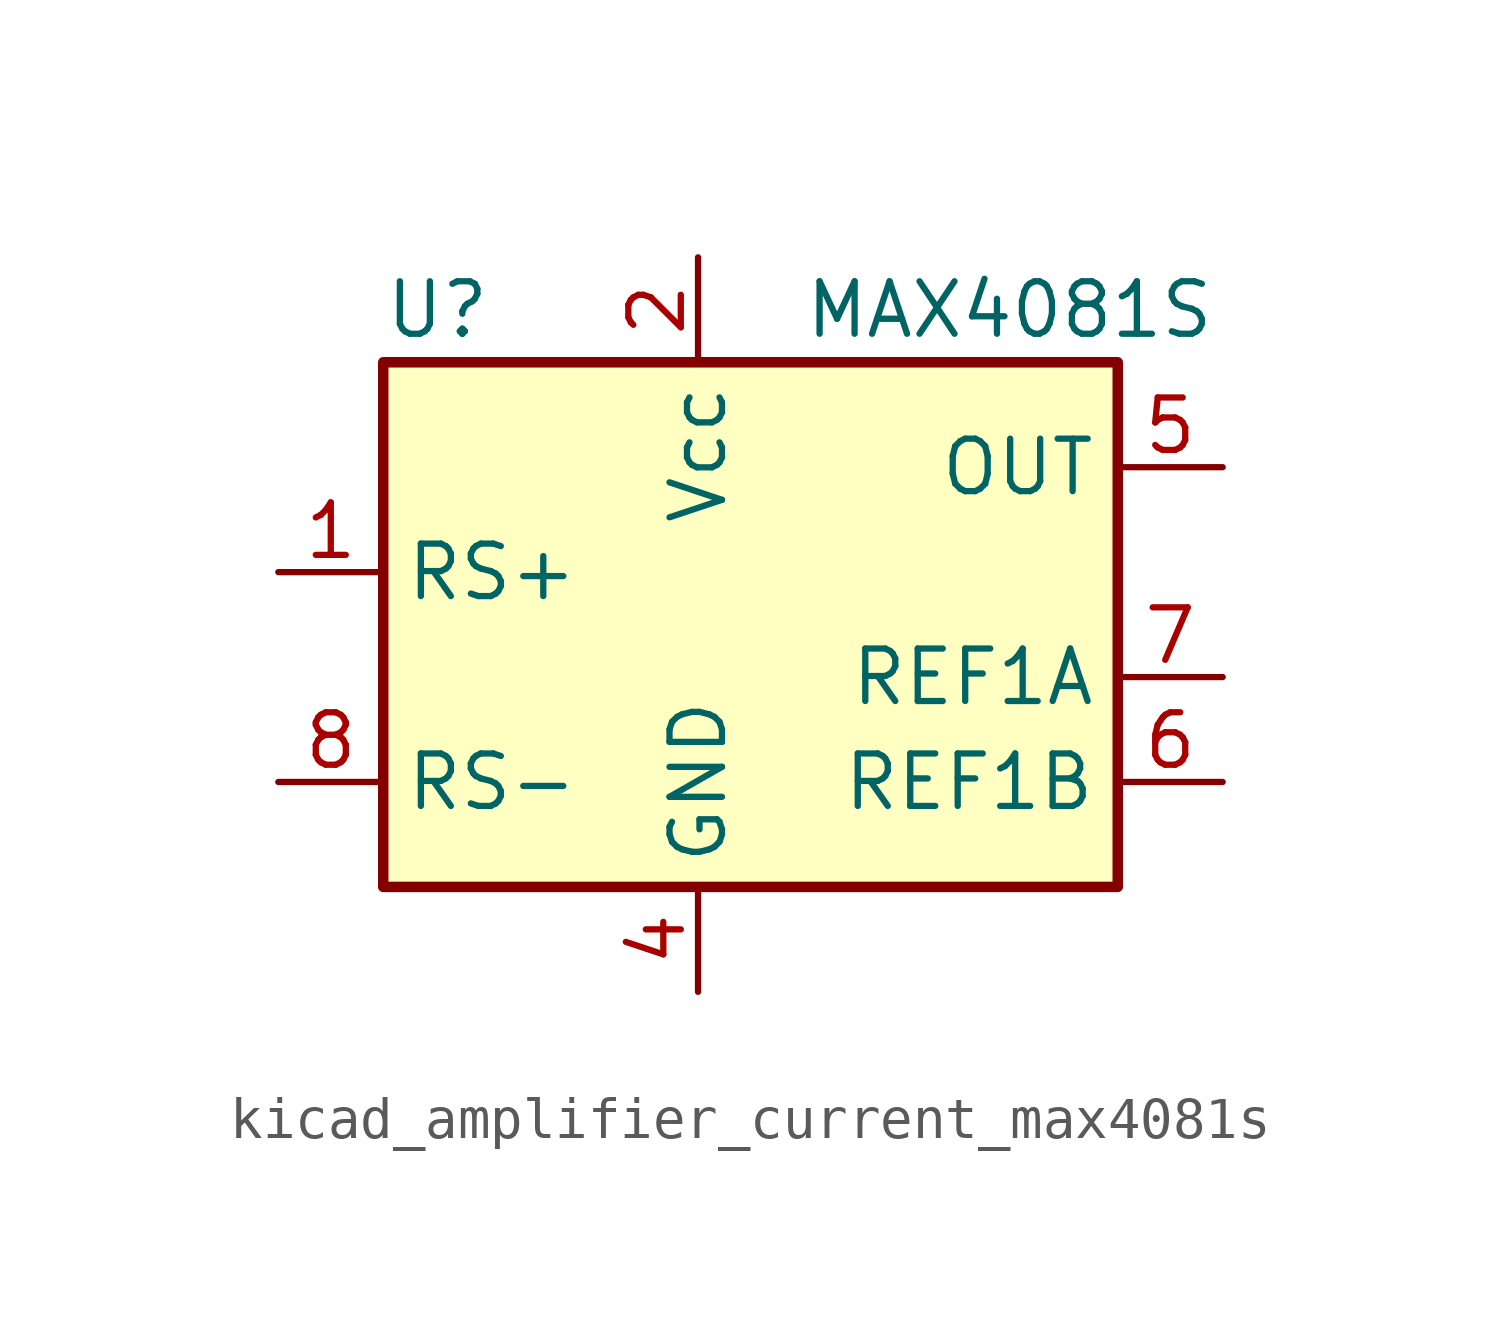
<source format=kicad_sym>
(kicad_symbol_lib
  (version 20220914)
  (generator kicad_symbol_editor)
  (symbol "kicad_amplifier_current_max4081s"
    (property "Reference" "U"
      (at -7.62 8.89 0)
      (effects (font (size 1.27 1.27)) (justify left)))
    (property "Value" "MAX4081S"
      (at 2.54 8.89 0)
      (effects (font (size 1.27 1.27)) (justify left)))
    (symbol "kicad_amplifier_current_max4081s_0_1"
      (rectangle (start -7.62 7.62) (end 10.16 -5.08) (stroke (width 0.254) (type default)) (fill (type background))))
    (symbol "kicad_amplifier_current_max4081s_1_1"
      (pin input line (at -10.16 2.54 0) (length 2.54) (name "RS+" (effects (font (size 1.27 1.27)))) (number "1" (effects (font (size 1.27 1.27)))))
      (pin power_in line (at 0 10.16 270) (length 2.54) (name "Vcc" (effects (font (size 1.27 1.27)))) (number "2" (effects (font (size 1.27 1.27)))))
      (pin no_connect line (at 10.16 2.54 180) (length 2.54) hide (name "NC" (effects (font (size 1.27 1.27)))) (number "3" (effects (font (size 1.27 1.27)))))
      (pin power_in line (at 0 -7.62 90) (length 2.54) (name "GND" (effects (font (size 1.27 1.27)))) (number "4" (effects (font (size 1.27 1.27)))))
      (pin input line (at 12.7 5.08 180) (length 2.54) (name "OUT" (effects (font (size 1.27 1.27)))) (number "5" (effects (font (size 1.27 1.27)))))
      (pin input line (at 12.7 -2.54 180) (length 2.54) (name "REF1B" (effects (font (size 1.27 1.27)))) (number "6" (effects (font (size 1.27 1.27)))))
      (pin input line (at 12.7 0 180) (length 2.54) (name "REF1A" (effects (font (size 1.27 1.27)))) (number "7" (effects (font (size 1.27 1.27)))))
      (pin input line (at -10.16 -2.54 0) (length 2.54) (name "RS-" (effects (font (size 1.27 1.27)))) (number "8" (effects (font (size 1.27 1.27))))))))
</source>
